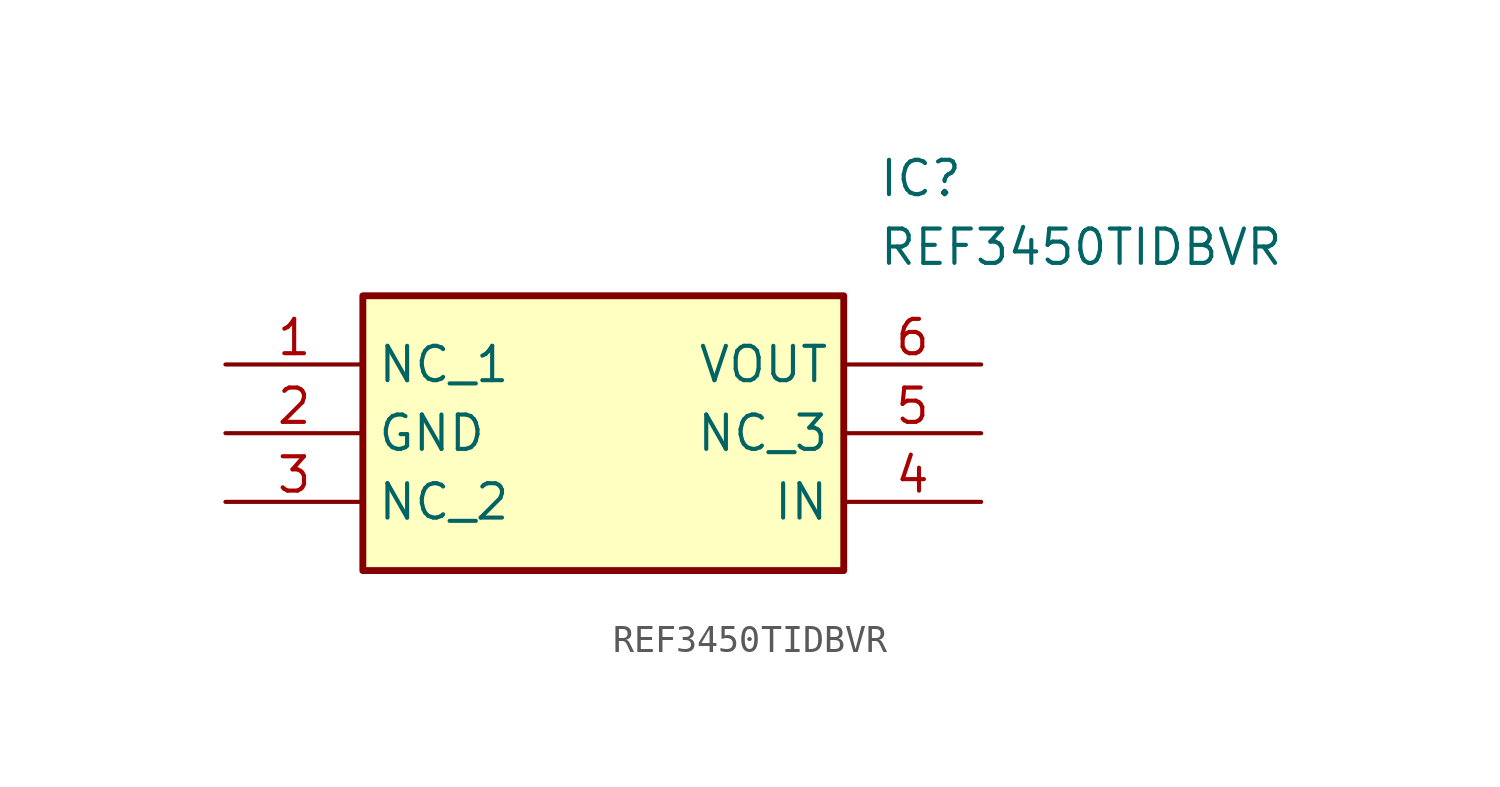
<source format=kicad_sym>
(kicad_symbol_lib
  (version 20211014)
  (generator SamacSys_ECAD_Model)
  (symbol "REF3450TIDBVR"
    (property "Reference" "IC"
      (at 24.13 7.62 0)
      (effects (font (size 1.27 1.27)) (justify left top)))
    (property "Value" "REF3450TIDBVR"
      (at 24.13 5.08 0)
      (effects (font (size 1.27 1.27)) (justify left top)))
    (rectangle
      (start 5.08 2.54)
      (end 22.86 -7.62)
      (stroke (width 0.254) (type default))
      (fill (type background)))
    (pin passive line
      (at 0 0 0)
      (length 5.08)
      (name "NC_1" (effects (font (size 1.27 1.27))))
      (number "1" (effects (font (size 1.27 1.27)))))
    (pin passive line
      (at 0 -2.54 0)
      (length 5.08)
      (name "GND" (effects (font (size 1.27 1.27))))
      (number "2" (effects (font (size 1.27 1.27)))))
    (pin passive line
      (at 0 -5.08 0)
      (length 5.08)
      (name "NC_2" (effects (font (size 1.27 1.27))))
      (number "3" (effects (font (size 1.27 1.27)))))
    (pin passive line
      (at 27.94 0 180)
      (length 5.08)
      (name "VOUT" (effects (font (size 1.27 1.27))))
      (number "6" (effects (font (size 1.27 1.27)))))
    (pin passive line
      (at 27.94 -2.54 180)
      (length 5.08)
      (name "NC_3" (effects (font (size 1.27 1.27))))
      (number "5" (effects (font (size 1.27 1.27)))))
    (pin passive line
      (at 27.94 -5.08 180)
      (length 5.08)
      (name "IN" (effects (font (size 1.27 1.27))))
      (number "4" (effects (font (size 1.27 1.27)))))))
</source>
